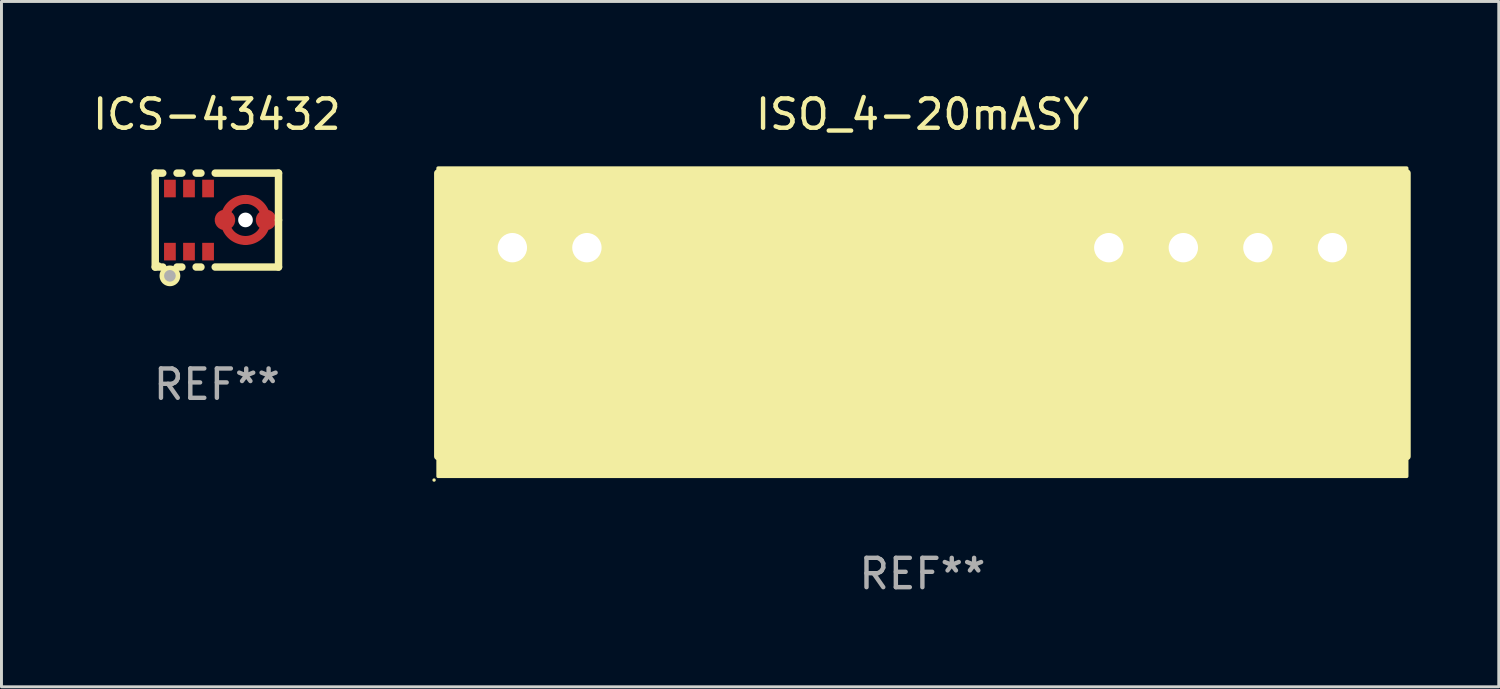
<source format=kicad_pcb>
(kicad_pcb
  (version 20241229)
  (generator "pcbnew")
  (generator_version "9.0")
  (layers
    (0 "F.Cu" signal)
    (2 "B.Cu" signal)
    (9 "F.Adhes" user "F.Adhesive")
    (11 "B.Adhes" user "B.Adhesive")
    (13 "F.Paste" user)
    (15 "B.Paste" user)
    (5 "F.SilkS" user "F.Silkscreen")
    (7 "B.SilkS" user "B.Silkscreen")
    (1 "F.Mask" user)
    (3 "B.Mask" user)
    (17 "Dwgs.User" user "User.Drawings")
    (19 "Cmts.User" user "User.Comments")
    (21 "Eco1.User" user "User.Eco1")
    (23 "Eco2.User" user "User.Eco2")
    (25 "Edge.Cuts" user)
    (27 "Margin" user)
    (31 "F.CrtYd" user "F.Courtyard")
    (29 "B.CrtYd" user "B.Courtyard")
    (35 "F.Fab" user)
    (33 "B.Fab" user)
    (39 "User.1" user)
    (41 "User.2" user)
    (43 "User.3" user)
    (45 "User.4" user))
  (footprint "ISO_4-20mASY"
    (layer "F.Cu")
    (at 28.376 7.674)
    (property "Reference" "ISO_4-20mASY" (at 0 -6.826 0) (layer "F.SilkS") (effects (font (size 1 1) (thickness 0.15))))
    (attr through_hole)
    (fp_line (start -16.51 4.826) (end -16.51 -4.826) (stroke (width 0.254) (type solid)) (layer "F.SilkS"))
    (fp_line (start 16.51 -4.826) (end 16.51 4.826) (stroke (width 0.254) (type solid)) (layer "F.SilkS"))
    (fp_circle (center -16.637 5.631) (end -16.607 5.631) (stroke (width 0.06) (type solid)) (fill no) (layer "F.SilkS"))
    (fp_poly (pts (xy -16.5 -4.996) (xy 16.5 -4.996) (xy 16.5 5.504) (xy -16.5 5.504)) (stroke (width 0.12) (type solid)) (fill yes) (layer "F.SilkS"))
    (fp_text user "REF**" (at 0 8.826 0) (layer "F.Fab") (effects (font (size 1 1) (thickness 0.15))))
    (pad "1" thru_hole circle (at -13.97 -2.286) (size 1.8 1.8) (drill 1) (layers "*.Cu" "*.Mask"))
    (pad "2" thru_hole circle (at -11.43 -2.286) (size 1.8 1.8) (drill 1) (layers "*.Cu" "*.Mask"))
    (pad "9" thru_hole circle (at 6.35 -2.286) (size 1.8 1.8) (drill 1) (layers "*.Cu" "*.Mask"))
    (pad "10" thru_hole circle (at 8.89 -2.286) (size 1.8 1.8) (drill 1) (layers "*.Cu" "*.Mask"))
    (pad "11" thru_hole circle (at 11.43 -2.286) (size 1.8 1.8) (drill 1) (layers "*.Cu" "*.Mask"))
    (pad "12" thru_hole circle (at 13.97 -2.286) (size 1.8 1.8) (drill 1) (layers "*.Cu" "*.Mask")))
  (footprint "ICS-43432"
    (layer "F.Cu")
    (at 4.339 4.448)
    (property "Reference" "ICS-43432" (at 0 -3.6 0) (layer "F.SilkS") (effects (font (size 1 1) (thickness 0.15))))
    (attr through_hole)
    (fp_line (start -2.1 -1.6) (end -2.1 1.6) (stroke (width 0.254) (type solid)) (layer "F.SilkS"))
    (fp_line (start -2.1 -1.6) (end -1.843 -1.6) (stroke (width 0.254) (type solid)) (layer "F.SilkS"))
    (fp_line (start -1.843 1.6) (end -2.1 1.6) (stroke (width 0.254) (type solid)) (layer "F.SilkS"))
    (fp_line (start -1.357 -1.6) (end -1.193 -1.6) (stroke (width 0.254) (type solid)) (layer "F.SilkS"))
    (fp_line (start -1.193 1.6) (end -1.357 1.6) (stroke (width 0.254) (type solid)) (layer "F.SilkS"))
    (fp_line (start -0.707 -1.6) (end -0.543 -1.6) (stroke (width 0.254) (type solid)) (layer "F.SilkS"))
    (fp_line (start -0.543 1.6) (end -0.707 1.6) (stroke (width 0.254) (type solid)) (layer "F.SilkS"))
    (fp_line (start -0.057 -1.6) (end 2.1 -1.6) (stroke (width 0.254) (type solid)) (layer "F.SilkS"))
    (fp_line (start 2.1 0.000013) (end 2.1 -1.6) (stroke (width 0.254) (type solid)) (layer "F.SilkS"))
    (fp_line (start 2.1 1.6) (end -0.057 1.6) (stroke (width 0.254) (type solid)) (layer "F.SilkS"))
    (fp_line (start 2.1 1.6) (end 2.1 0.000013) (stroke (width 0.254) (type solid)) (layer "F.SilkS"))
    (fp_circle (center -1.963 1.5) (end -1.933 1.5) (stroke (width 0.06) (type solid)) (fill no) (layer "F.SilkS"))
    (fp_circle (center -1.6 1.9) (end -1.5 1.9) (stroke (width 0.254) (type solid)) (fill no) (layer "F.SilkS"))
    (fp_circle (center -1.6 1.9) (end -1.5 1.9) (stroke (width 0.2) (type solid)) (fill no) (layer "F.Fab"))
    (fp_text user "REF**" (at 0 5.6 0) (layer "F.Fab") (effects (font (size 1 1) (thickness 0.15))))
    (pad "" np_thru_hole circle (at 0.975 -0.005) (size 0.5 0.5) (drill 0.5) (layers "*.Cu" "*.Mask"))
    (pad "1" smd rect (at -1.6 1.075 90) (size 0.6 0.4) (layers "F.Cu" "F.Mask" "F.Paste"))
    (pad "2" smd rect (at -0.95 1.075 90) (size 0.6 0.4) (layers "F.Cu" "F.Mask" "F.Paste"))
    (pad "3" smd rect (at -0.3 1.075 90) (size 0.6 0.4) (layers "F.Cu" "F.Mask" "F.Paste"))
    (pad "4" smd custom (at 0.275 -0.005) (size 0.7 1.4) (layers "F.Cu" "F.Mask" "F.Paste") (options (anchor circle)) (primitives (gr_poly (pts (xy 0.7 -0.547) (xy 0.666 -0.546) (xy 0.633 -0.543) (xy 0.599 -0.538) (xy 0.566 -0.531) (xy 0.534 -0.522) (xy 0.502 -0.511) (xy 0.471 -0.497) (xy 0.441 -0.482) (xy 0.412 -0.465) (xy 0.384 -0.447) (xy 0.357 -0.427) (xy 0.331 -0.405) (xy 0.307 -0.381) (xy 0.284 -0.356) (xy 0.263 -0.33) (xy 0.244 -0.302) (xy 0.226 -0.274) (xy 0.21 -0.244) (xy 0.196 -0.213) (xy 0.184 -0.182) (xy 0.173 -0.15) (xy 0.165 -0.117) (xy 0.159 -0.084) (xy 0.155 -0.051) (xy 0.153 -0.017) (xy 0.153 0.017) (xy 0.155 0.051) (xy 0.159 0.084) (xy 0.165 0.117) (xy 0.173 0.15) (xy 0.184 0.182) (xy 0.196 0.213) (xy 0.21 0.244) (xy 0.226 0.274) (xy 0.244 0.302) (xy 0.263 0.33) (xy 0.284 0.356) (xy 0.307 0.381) (xy 0.331 0.405) (xy 0.357 0.427) (xy 0.384 0.447) (xy 0.412 0.465) (xy 0.441 0.482) (xy 0.471 0.497) (xy 0.502 0.511) (xy 0.534 0.522) (xy 0.566 0.531) (xy 0.599 0.538) (xy 0.633 0.543) (xy 0.666 0.546) (xy 0.7 0.547) (xy 0.718 0.549) (xy 0.735 0.552) (xy 0.752 0.557) (xy 0.768 0.564) (xy 0.784 0.573) (xy 0.798 0.583) (xy 0.811 0.595) (xy 0.822 0.609) (xy 0.832 0.624) (xy 0.84 0.64) (xy 0.846 0.656) (xy 0.85 0.674) (xy 0.852 0.691) (xy 0.852 0.709) (xy 0.85 0.726) (xy 0.846 0.744) (xy 0.84 0.76) (xy 0.832 0.776) (xy 0.822 0.791) (xy 0.811 0.805) (xy 0.798 0.817) (xy 0.784 0.827) (xy 0.768 0.836) (xy 0.752 0.843) (xy 0.735 0.848) (xy 0.718 0.851) (xy 0.7 0.853) (xy 0.658 0.851) (xy 0.616 0.848) (xy 0.575 0.843) (xy 0.534 0.836) (xy 0.493 0.827) (xy 0.453 0.816) (xy 0.413 0.803) (xy 0.374 0.788) (xy 0.336 0.771) (xy 0.298 0.752) (xy 0.262 0.731) (xy 0.226 0.709) (xy 0.192 0.685) (xy 0.159 0.659) (xy 0.128 0.632) (xy 0.097 0.603) (xy 0.068 0.572) (xy 0.041 0.541) (xy 0.015 0.508) (xy -0.009 0.474) (xy -0.031 0.438) (xy -0.052 0.402) (xy -0.071 0.364) (xy -0.088 0.326) (xy -0.103 0.287) (xy -0.116 0.247) (xy -0.127 0.207) (xy -0.136 0.166) (xy -0.143 0.125) (xy -0.148 0.084) (xy -0.151 0.042) (xy -0.153 0) (xy -0.151 -0.042) (xy -0.148 -0.084) (xy -0.143 -0.125) (xy -0.136 -0.166) (xy -0.127 -0.207) (xy -0.116 -0.247) (xy -0.103 -0.287) (xy -0.088 -0.326) (xy -0.071 -0.364) (xy -0.052 -0.402) (xy -0.031 -0.438) (xy -0.009 -0.474) (xy 0.015 -0.508) (xy 0.041 -0.541) (xy 0.068 -0.572) (xy 0.097 -0.603) (xy 0.128 -0.632) (xy 0.159 -0.659) (xy 0.192 -0.685) (xy 0.226 -0.709) (xy 0.262 -0.731) (xy 0.298 -0.752) (xy 0.336 -0.771) (xy 0.374 -0.788) (xy 0.413 -0.803) (xy 0.453 -0.816) (xy 0.493 -0.827) (xy 0.534 -0.836) (xy 0.575 -0.843) (xy 0.616 -0.848) (xy 0.658 -0.851) (xy 0.7 -0.853) (xy 0.718 -0.851) (xy 0.735 -0.848) (xy 0.752 -0.843) (xy 0.768 -0.836) (xy 0.784 -0.827) (xy 0.798 -0.817) (xy 0.811 -0.805) (xy 0.822 -0.791) (xy 0.832 -0.776) (xy 0.84 -0.76) (xy 0.846 -0.744) (xy 0.85 -0.726) (xy 0.852 -0.709) (xy 0.852 -0.691) (xy 0.85 -0.674) (xy 0.846 -0.656) (xy 0.84 -0.64) (xy 0.832 -0.624) (xy 0.822 -0.609) (xy 0.811 -0.595) (xy 0.798 -0.583) (xy 0.784 -0.573) (xy 0.768 -0.564) (xy 0.752 -0.557) (xy 0.735 -0.552) (xy 0.718 -0.549) (xy 0.7 -0.547)) (width 0) (fill yes))))
    (pad "4" smd custom (at 1.675 -0.005) (size 0.7 1.4) (layers "F.Cu" "F.Mask" "F.Paste") (options (anchor circle)) (primitives (gr_poly (pts (xy -0.7 0.547) (xy -0.666 0.546) (xy -0.633 0.543) (xy -0.599 0.538) (xy -0.566 0.531) (xy -0.534 0.522) (xy -0.502 0.511) (xy -0.471 0.497) (xy -0.441 0.482) (xy -0.412 0.465) (xy -0.384 0.447) (xy -0.357 0.427) (xy -0.331 0.405) (xy -0.307 0.381) (xy -0.284 0.356) (xy -0.263 0.33) (xy -0.244 0.302) (xy -0.226 0.274) (xy -0.21 0.244) (xy -0.196 0.213) (xy -0.184 0.182) (xy -0.173 0.15) (xy -0.165 0.117) (xy -0.159 0.084) (xy -0.155 0.051) (xy -0.153 0.017) (xy -0.153 -0.017) (xy -0.155 -0.051) (xy -0.159 -0.084) (xy -0.165 -0.117) (xy -0.173 -0.15) (xy -0.184 -0.182) (xy -0.196 -0.213) (xy -0.21 -0.244) (xy -0.226 -0.274) (xy -0.244 -0.302) (xy -0.263 -0.33) (xy -0.284 -0.356) (xy -0.307 -0.381) (xy -0.331 -0.405) (xy -0.357 -0.427) (xy -0.384 -0.447) (xy -0.412 -0.465) (xy -0.441 -0.482) (xy -0.471 -0.497) (xy -0.502 -0.511) (xy -0.534 -0.522) (xy -0.566 -0.531) (xy -0.599 -0.538) (xy -0.633 -0.543) (xy -0.666 -0.546) (xy -0.7 -0.547) (xy -0.718 -0.549) (xy -0.735 -0.552) (xy -0.752 -0.557) (xy -0.769 -0.564) (xy -0.784 -0.573) (xy -0.798 -0.583) (xy -0.811 -0.595) (xy -0.822 -0.609) (xy -0.832 -0.624) (xy -0.84 -0.64) (xy -0.846 -0.656) (xy -0.85 -0.674) (xy -0.852 -0.691) (xy -0.852 -0.709) (xy -0.85 -0.726) (xy -0.846 -0.744) (xy -0.84 -0.76) (xy -0.832 -0.776) (xy -0.822 -0.791) (xy -0.811 -0.805) (xy -0.798 -0.817) (xy -0.784 -0.827) (xy -0.769 -0.836) (xy -0.752 -0.843) (xy -0.735 -0.848) (xy -0.718 -0.851) (xy -0.7 -0.853) (xy -0.658 -0.851) (xy -0.616 -0.848) (xy -0.575 -0.843) (xy -0.534 -0.836) (xy -0.493 -0.827) (xy -0.453 -0.816) (xy -0.413 -0.803) (xy -0.374 -0.788) (xy -0.336 -0.771) (xy -0.298 -0.752) (xy -0.262 -0.731) (xy -0.226 -0.709) (xy -0.192 -0.685) (xy -0.159 -0.659) (xy -0.128 -0.632) (xy -0.097 -0.603) (xy -0.068 -0.572) (xy -0.041 -0.541) (xy -0.015 -0.508) (xy 0.009 -0.474) (xy 0.031 -0.438) (xy 0.052 -0.402) (xy 0.071 -0.364) (xy 0.088 -0.326) (xy 0.103 -0.287) (xy 0.116 -0.247) (xy 0.127 -0.207) (xy 0.136 -0.166) (xy 0.143 -0.125) (xy 0.148 -0.084) (xy 0.151 -0.042) (xy 0.152 0) (xy 0.151 0.042) (xy 0.148 0.084) (xy 0.143 0.125) (xy 0.136 0.166) (xy 0.127 0.207) (xy 0.116 0.247) (xy 0.103 0.287) (xy 0.088 0.326) (xy 0.071 0.364) (xy 0.052 0.402) (xy 0.031 0.438) (xy 0.009 0.474) (xy -0.015 0.508) (xy -0.041 0.541) (xy -0.068 0.572) (xy -0.097 0.603) (xy -0.128 0.632) (xy -0.159 0.659) (xy -0.192 0.685) (xy -0.226 0.709) (xy -0.262 0.731) (xy -0.298 0.752) (xy -0.336 0.771) (xy -0.374 0.788) (xy -0.413 0.803) (xy -0.453 0.816) (xy -0.493 0.827) (xy -0.534 0.836) (xy -0.575 0.843) (xy -0.616 0.848) (xy -0.658 0.851) (xy -0.7 0.853) (xy -0.718 0.851) (xy -0.735 0.848) (xy -0.752 0.843) (xy -0.769 0.836) (xy -0.784 0.827) (xy -0.798 0.817) (xy -0.811 0.805) (xy -0.822 0.791) (xy -0.832 0.776) (xy -0.84 0.76) (xy -0.846 0.744) (xy -0.85 0.726) (xy -0.852 0.709) (xy -0.852 0.691) (xy -0.85 0.674) (xy -0.846 0.656) (xy -0.84 0.64) (xy -0.832 0.624) (xy -0.822 0.609) (xy -0.811 0.595) (xy -0.798 0.583) (xy -0.784 0.573) (xy -0.769 0.564) (xy -0.752 0.557) (xy -0.735 0.552) (xy -0.718 0.549) (xy -0.7 0.547)) (width 0) (fill yes))))
    (pad "5" smd rect (at -0.3 -1.075 90) (size 0.6 0.4) (layers "F.Cu" "F.Mask" "F.Paste"))
    (pad "6" smd rect (at -0.95 -1.075 90) (size 0.6 0.4) (layers "F.Cu" "F.Mask" "F.Paste"))
    (pad "7" smd rect (at -1.6 -1.075 90) (size 0.6 0.4) (layers "F.Cu" "F.Mask" "F.Paste")))
  (gr_rect
    (start -3 -3)
    (end 48.013 20.349)
    (stroke (width 0.1) (type default))
    (fill no)
    (layer "Edge.Cuts")))
</source>
